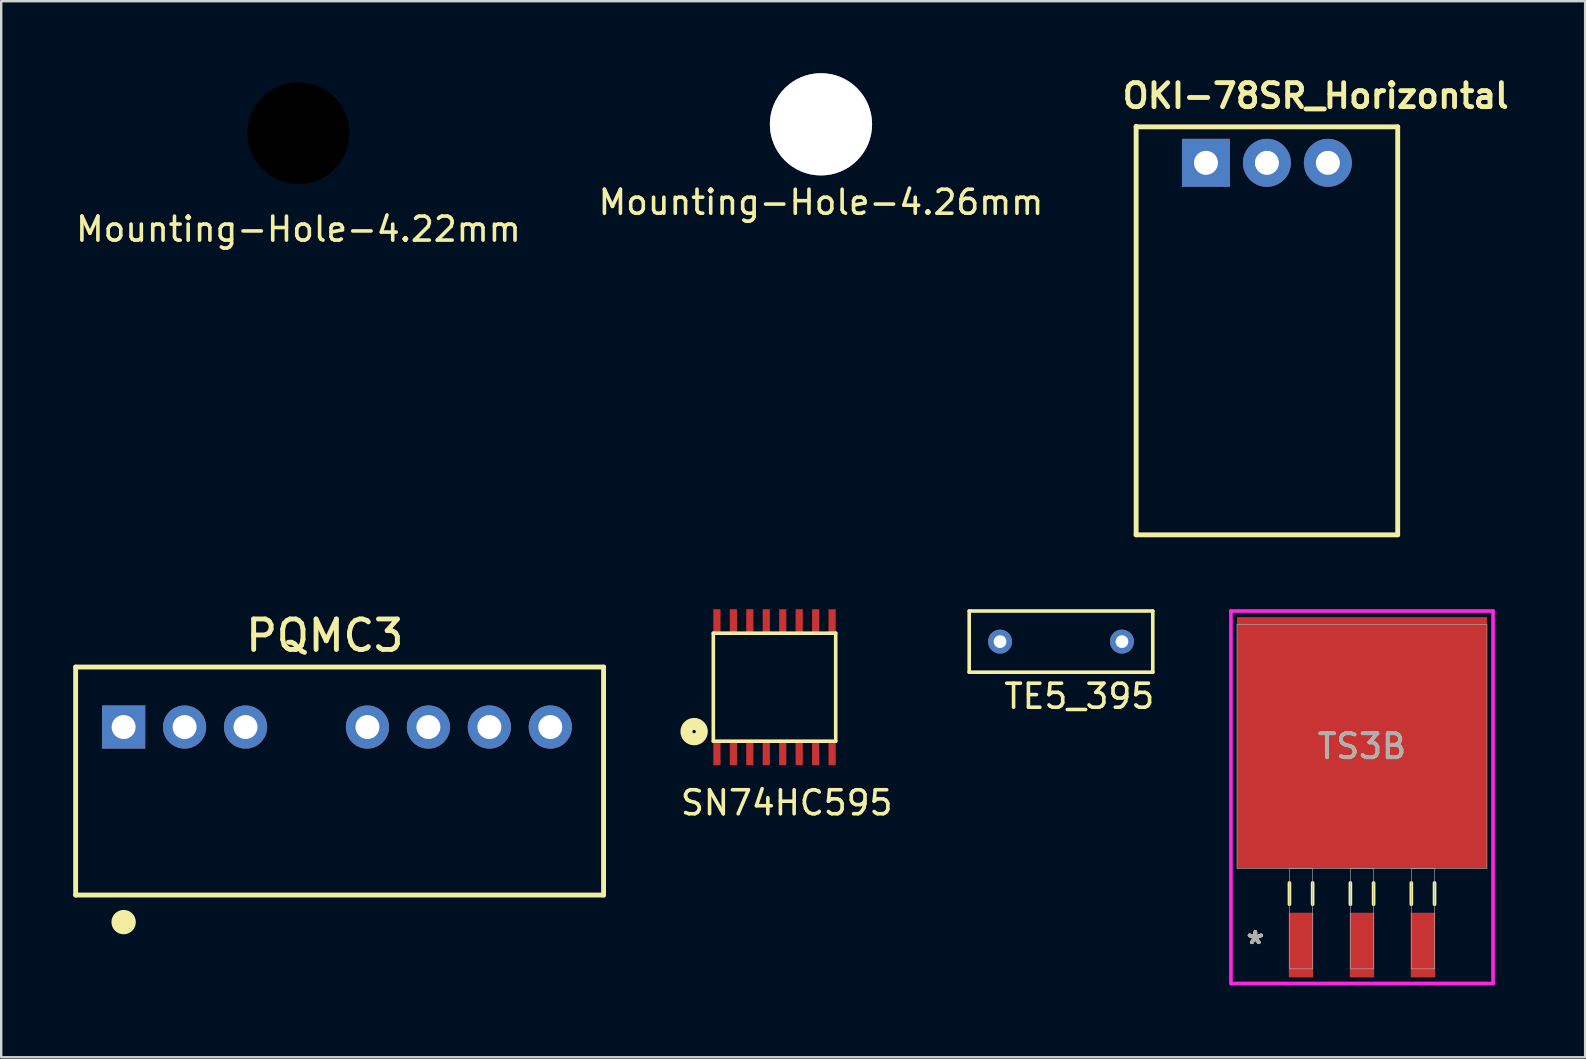
<source format=kicad_pcb>
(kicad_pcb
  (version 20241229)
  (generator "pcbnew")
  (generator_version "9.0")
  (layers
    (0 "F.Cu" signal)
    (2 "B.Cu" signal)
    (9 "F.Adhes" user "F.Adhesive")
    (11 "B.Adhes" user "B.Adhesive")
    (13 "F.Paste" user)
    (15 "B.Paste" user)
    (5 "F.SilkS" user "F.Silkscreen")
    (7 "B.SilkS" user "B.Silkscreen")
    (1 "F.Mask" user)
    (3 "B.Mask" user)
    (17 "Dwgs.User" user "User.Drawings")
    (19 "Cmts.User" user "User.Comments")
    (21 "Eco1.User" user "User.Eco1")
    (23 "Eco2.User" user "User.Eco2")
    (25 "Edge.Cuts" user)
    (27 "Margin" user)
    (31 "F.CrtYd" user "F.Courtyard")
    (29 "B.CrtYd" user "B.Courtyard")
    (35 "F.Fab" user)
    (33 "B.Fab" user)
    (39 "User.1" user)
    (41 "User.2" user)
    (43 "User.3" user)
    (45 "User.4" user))
  (footprint "TE5_395"
    (layer "F.Cu")
    (at 41.163 23.687)
    (property "Reference" "TE5_395" (at 0.762 2.278 0) (layer "F.SilkS") (effects (font (size 1 1) (thickness 0.15))))
    (attr through_hole)
    (fp_line (start -3.825 -1.275) (end -3.825 1.275) (stroke (width 0.15) (type solid)) (layer "F.SilkS"))
    (fp_line (start -3.825 -1.275) (end 3.825 -1.275) (stroke (width 0.15) (type solid)) (layer "F.SilkS"))
    (fp_line (start -3.825 1.274) (end 3.825 1.275) (stroke (width 0.15) (type solid)) (layer "F.SilkS"))
    (fp_line (start 3.825 -1.275) (end 3.825 1.275) (stroke (width 0.15) (type solid)) (layer "F.SilkS"))
    (pad "1" thru_hole circle (at 2.54 0) (size 1 1) (drill 0.53) (layers "*.Cu" "*.Mask"))
    (pad "2" thru_hole circle (at -2.54 0) (size 1 1) (drill 0.53) (layers "*.Cu" "*.Mask")))
  (footprint "Mounting-Hole-4.26mm"
    (layer "F.Cu")
    (at 31.161 2.13)
    (property "Reference" "Mounting-Hole-4.26mm" (at 0 3.25 0) (layer "F.SilkS") (effects (font (size 1 1) (thickness 0.15))))
    (attr through_hole)
    (pad "1" thru_hole circle (at 0 0) (size 4.26 4.26) (drill 4.26) (layers "*.Cu" "*.Mask")))
  (footprint "PQMC3"
    (layer "F.Cu")
    (at 2.102 27.247)
    (property "Reference" "PQMC3" (at 8.382 -3.81 0) (layer "F.SilkS") (effects (font (size 1.27 1.27) (thickness 0.203))))
    (attr through_hole)
    (fp_line (start -2 -2.5) (end -2 7) (stroke (width 0.203) (type solid)) (layer "F.SilkS"))
    (fp_line (start -2 7) (end 20 7) (stroke (width 0.203) (type solid)) (layer "F.SilkS"))
    (fp_line (start 20 -2.5) (end -2 -2.5) (stroke (width 0.203) (type solid)) (layer "F.SilkS"))
    (fp_line (start 20 -2.5) (end 20 7) (stroke (width 0.203) (type solid)) (layer "F.SilkS"))
    (fp_circle (center 0 8.128) (end 0.254 8.128) (stroke (width 0.508) (type solid)) (fill no) (layer "F.SilkS"))
    (pad "1" thru_hole rect (at 0 0) (size 1.8 1.8) (drill 1) (layers "*.Cu" "*.Mask"))
    (pad "2" thru_hole circle (at 2.54 0) (size 1.8 1.8) (drill 1) (layers "*.Cu" "*.Mask"))
    (pad "3" thru_hole circle (at 5.08 0) (size 1.8 1.8) (drill 1) (layers "*.Cu" "*.Mask"))
    (pad "5" thru_hole circle (at 10.16 0) (size 1.8 1.8) (drill 1) (layers "*.Cu" "*.Mask"))
    (pad "6" thru_hole circle (at 12.7 0) (size 1.8 1.8) (drill 1) (layers "*.Cu" "*.Mask"))
    (pad "7" thru_hole circle (at 15.24 0) (size 1.8 1.8) (drill 1) (layers "*.Cu" "*.Mask"))
    (pad "8" thru_hole circle (at 17.78 0) (size 1.8 1.8) (drill 1) (layers "*.Cu" "*.Mask")))
  (footprint "OKI-78SR_Horizontal"
    (layer "F.Cu")
    (at 49.744 3.736)
    (property "Reference" "OKI-78SR_Horizontal" (at 2.032 -2.794 0) (layer "F.SilkS") (effects (font (size 1 1) (thickness 0.203))))
    (attr through_hole)
    (fp_line (start -5.45 -1.524) (end -5.45 15.5) (stroke (width 0.203) (type solid)) (layer "F.SilkS"))
    (fp_line (start -5.45 15.5) (end 5.45 15.5) (stroke (width 0.203) (type solid)) (layer "F.SilkS"))
    (fp_line (start 5.45 -1.5) (end -5.45 -1.5) (stroke (width 0.203) (type solid)) (layer "F.SilkS"))
    (fp_line (start 5.45 15.5) (end 5.45 -1.5) (stroke (width 0.203) (type solid)) (layer "F.SilkS"))
    (pad "1" thru_hole rect (at -2.54 0) (size 2 2) (drill 1) (layers "*.Cu" "*.Mask"))
    (pad "2" thru_hole circle (at 0 0) (size 2 2) (drill 1) (layers "*.Cu" "*.Mask"))
    (pad "3" thru_hole circle (at 2.54 0) (size 2 2) (drill 1) (layers "*.Cu" "*.Mask")))
  (footprint "Mounting-Hole-4.22mm"
    (layer "F.Cu")
    (at 9.387 2.5)
    (property "Reference" "Mounting-Hole-4.22mm" (at 0 4 0) (layer "F.SilkS") (effects (font (size 1 1) (thickness 0.15))))
    (attr through_hole)
    (pad "" np_thru_hole circle (at 0 0) (size 5 5) (drill 4.25) (layers "*.Mask")))
  (footprint "TS3B"
    (layer "F.Cu")
    (at 53.706 28.052)
    (property "Reference" "TS3B" (at 0 0 0) (unlocked yes) (layer "F.SilkS") (effects (font (size 1 1) (thickness 0.15))))
    (attr smd)
    (fp_line (start -3.023 5.69) (end -3.023 6.579) (stroke (width 0.152) (type solid)) (layer "F.SilkS"))
    (fp_line (start -2.057 5.69) (end -2.057 6.579) (stroke (width 0.152) (type solid)) (layer "F.SilkS"))
    (fp_line (start -0.483 5.69) (end -0.483 6.579) (stroke (width 0.152) (type solid)) (layer "F.SilkS"))
    (fp_line (start 0.483 5.69) (end 0.483 6.579) (stroke (width 0.152) (type solid)) (layer "F.SilkS"))
    (fp_line (start 2.057 5.69) (end 2.057 6.579) (stroke (width 0.152) (type solid)) (layer "F.SilkS"))
    (fp_line (start 3.023 5.69) (end 3.023 6.579) (stroke (width 0.152) (type solid)) (layer "F.SilkS"))
    (fp_line (start -5.461 -5.639) (end 5.461 -5.639) (stroke (width 0.152) (type solid)) (layer "F.CrtYd"))
    (fp_line (start -5.461 9.881) (end -5.461 -5.639) (stroke (width 0.152) (type solid)) (layer "F.CrtYd"))
    (fp_line (start 5.461 -5.639) (end 5.461 9.881) (stroke (width 0.152) (type solid)) (layer "F.CrtYd"))
    (fp_line (start 5.461 9.881) (end -5.461 9.881) (stroke (width 0.152) (type solid)) (layer "F.CrtYd"))
    (fp_line (start -5.207 -5.08) (end -5.207 5.08) (stroke (width 0.025) (type solid)) (layer "F.Fab"))
    (fp_line (start -5.207 5.08) (end 5.207 5.08) (stroke (width 0.025) (type solid)) (layer "F.Fab"))
    (fp_line (start -3.023 5.08) (end -3.023 9.271) (stroke (width 0.025) (type solid)) (layer "F.Fab"))
    (fp_line (start -3.023 9.271) (end -2.057 9.271) (stroke (width 0.025) (type solid)) (layer "F.Fab"))
    (fp_line (start -2.057 5.08) (end -3.023 5.08) (stroke (width 0.025) (type solid)) (layer "F.Fab"))
    (fp_line (start -2.057 9.271) (end -2.057 5.08) (stroke (width 0.025) (type solid)) (layer "F.Fab"))
    (fp_line (start -0.483 5.08) (end -0.483 9.271) (stroke (width 0.025) (type solid)) (layer "F.Fab"))
    (fp_line (start -0.483 9.271) (end 0.483 9.271) (stroke (width 0.025) (type solid)) (layer "F.Fab"))
    (fp_line (start 0.483 5.08) (end -0.483 5.08) (stroke (width 0.025) (type solid)) (layer "F.Fab"))
    (fp_line (start 0.483 9.271) (end 0.483 5.08) (stroke (width 0.025) (type solid)) (layer "F.Fab"))
    (fp_line (start 2.057 5.08) (end 2.057 9.271) (stroke (width 0.025) (type solid)) (layer "F.Fab"))
    (fp_line (start 2.057 9.271) (end 3.023 9.271) (stroke (width 0.025) (type solid)) (layer "F.Fab"))
    (fp_line (start 3.023 5.08) (end 2.057 5.08) (stroke (width 0.025) (type solid)) (layer "F.Fab"))
    (fp_line (start 3.023 9.271) (end 3.023 5.08) (stroke (width 0.025) (type solid)) (layer "F.Fab"))
    (fp_line (start 5.207 -5.08) (end -5.207 -5.08) (stroke (width 0.025) (type solid)) (layer "F.Fab"))
    (fp_line (start 5.207 5.08) (end 5.207 -5.08) (stroke (width 0.025) (type solid)) (layer "F.Fab"))
    (fp_text user "*" (at -4.445 8.28 0) (unlocked yes) (layer "F.SilkS") (effects (font (size 1 1) (thickness 0.15))))
    (fp_text user "*" (at -4.445 8.28 0) (layer "F.SilkS") (effects (font (size 1 1) (thickness 0.15))))
    (fp_text user "${REFERENCE}" (at 0 0 0) (unlocked yes) (layer "F.Fab") (effects (font (size 1 1) (thickness 0.15))))
    (fp_text user "*" (at -4.445 8.28 0) (unlocked yes) (layer "F.Fab") (effects (font (size 1 1) (thickness 0.15))))
    (fp_text user "*" (at -4.445 8.28 0) (layer "F.Fab") (effects (font (size 1 1) (thickness 0.15))))
    (pad "1" smd rect (at -2.54 8.28) (size 1.016 2.692) (layers "F.Cu" "F.Mask" "F.Paste"))
    (pad "2" smd rect (at 0 8.28) (size 1.016 2.692) (layers "F.Cu" "F.Mask" "F.Paste"))
    (pad "3" smd rect (at 2.54 8.28) (size 1.016 2.692) (layers "F.Cu" "F.Mask" "F.Paste"))
    (pad "4" smd rect (at 0 -0.152) (size 10.414 10.465) (layers "F.Cu" "F.Mask" "F.Paste")))
  (footprint "SN74HC595"
    (layer "F.Cu")
    (at 29.225 25.587)
    (property "Reference" "SN74HC595" (at 0.508 4.818 0) (layer "F.SilkS") (effects (font (size 1 1) (thickness 0.15))))
    (attr through_hole)
    (fp_line (start -2.55 -2.25) (end -2.55 2.25) (stroke (width 0.15) (type solid)) (layer "F.SilkS"))
    (fp_line (start -2.55 2.25) (end 2.55 2.25) (stroke (width 0.15) (type solid)) (layer "F.SilkS"))
    (fp_line (start 2.55 -2.25) (end -2.55 -2.25) (stroke (width 0.15) (type solid)) (layer "F.SilkS"))
    (fp_line (start 2.55 -2.25) (end 2.55 2.25) (stroke (width 0.15) (type solid)) (layer "F.SilkS"))
    (fp_circle (center -3.35 1.85) (end -3.3 1.9) (stroke (width 0.5) (type solid)) (fill no) (layer "F.SilkS"))
    (pad "1" connect rect (at -2.4 2.75) (size 0.3 1) (layers "F.Cu" "F.Mask"))
    (pad "2" connect rect (at -1.714 2.75) (size 0.3 1) (layers "F.Cu" "F.Mask"))
    (pad "3" connect rect (at -1.029 2.75) (size 0.3 1) (layers "F.Cu" "F.Mask"))
    (pad "4" connect rect (at -0.343 2.75) (size 0.3 1) (layers "F.Cu" "F.Mask"))
    (pad "5" connect rect (at 0.343 2.75) (size 0.3 1) (layers "F.Cu" "F.Mask"))
    (pad "6" connect rect (at 1.029 2.75) (size 0.3 1) (layers "F.Cu" "F.Mask"))
    (pad "7" connect rect (at 1.714 2.75) (size 0.3 1) (layers "F.Cu" "F.Mask"))
    (pad "8" connect rect (at 2.4 2.75) (size 0.3 1) (layers "F.Cu" "F.Mask"))
    (pad "9" connect rect (at 2.4 -2.75) (size 0.3 1) (layers "F.Cu" "F.Mask"))
    (pad "10" connect rect (at 1.714 -2.75) (size 0.3 1) (layers "F.Cu" "F.Mask"))
    (pad "11" connect rect (at 1.029 -2.75) (size 0.3 1) (layers "F.Cu" "F.Mask"))
    (pad "12" connect rect (at 0.343 -2.75) (size 0.3 1) (layers "F.Cu" "F.Mask"))
    (pad "13" connect rect (at -0.343 -2.75) (size 0.3 1) (layers "F.Cu" "F.Mask"))
    (pad "14" connect rect (at -1.029 -2.75) (size 0.3 1) (layers "F.Cu" "F.Mask"))
    (pad "15" connect rect (at -1.714 -2.75) (size 0.3 1) (layers "F.Cu" "F.Mask"))
    (pad "16" connect rect (at -2.4 -2.75) (size 0.3 1) (layers "F.Cu" "F.Mask")))
  (gr_rect
    (start -3 -3)
    (end 63.005 41.009)
    (stroke (width 0.1) (type default))
    (fill no)
    (layer "Edge.Cuts")))
</source>
